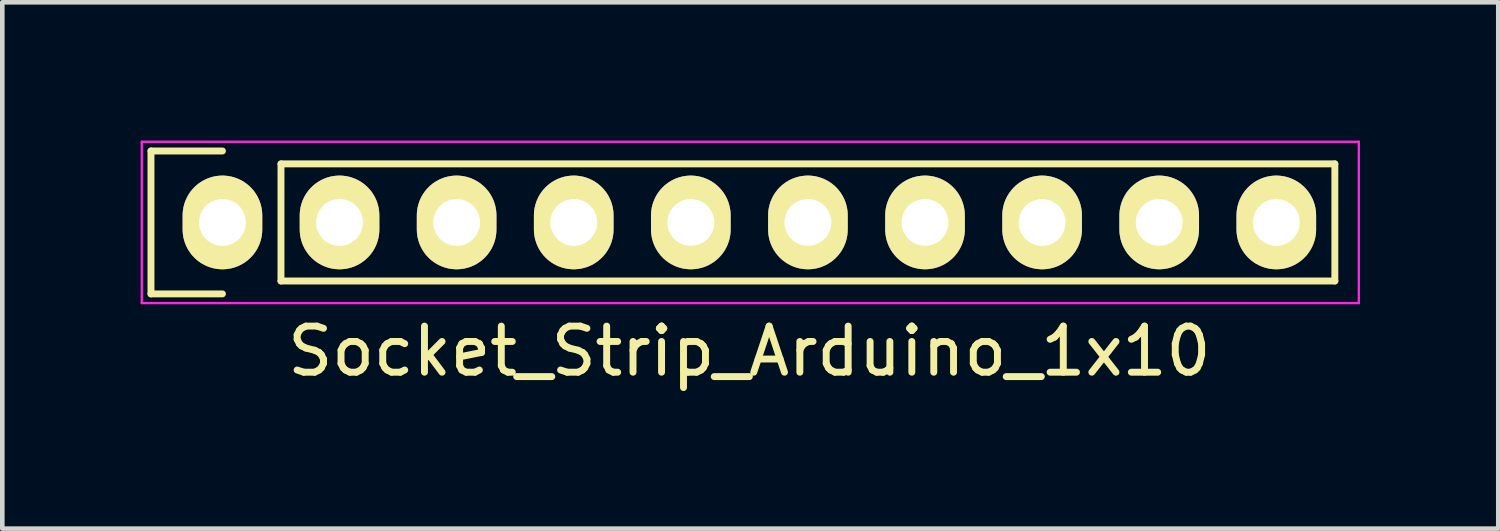
<source format=kicad_pcb>
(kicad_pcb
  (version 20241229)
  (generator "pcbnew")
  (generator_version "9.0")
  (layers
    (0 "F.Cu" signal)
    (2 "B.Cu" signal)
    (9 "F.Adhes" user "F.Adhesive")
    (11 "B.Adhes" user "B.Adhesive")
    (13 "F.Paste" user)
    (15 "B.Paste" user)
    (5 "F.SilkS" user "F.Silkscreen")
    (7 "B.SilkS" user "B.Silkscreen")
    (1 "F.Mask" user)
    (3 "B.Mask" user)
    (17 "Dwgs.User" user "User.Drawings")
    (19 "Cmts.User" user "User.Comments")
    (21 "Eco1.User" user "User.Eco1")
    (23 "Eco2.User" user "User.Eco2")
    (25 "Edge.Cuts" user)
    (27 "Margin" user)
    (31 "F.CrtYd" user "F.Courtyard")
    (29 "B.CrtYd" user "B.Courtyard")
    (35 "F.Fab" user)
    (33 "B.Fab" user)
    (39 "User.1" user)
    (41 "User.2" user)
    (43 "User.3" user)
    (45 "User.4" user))
  (footprint "Socket_Strip_Arduino_1x10"
    (layer "F.Cu")
    (at 1.775 1.775)
    (property "Reference" "Socket_Strip_Arduino_1x10" (at 11.43 2.794 0) (layer "F.SilkS") (effects (font (size 1 1) (thickness 0.15))))
    (attr through_hole)
    (fp_line (start -1.55 -1.55) (end -1.55 1.55) (stroke (width 0.15) (type solid)) (layer "F.SilkS"))
    (fp_line (start -1.55 1.55) (end 0 1.55) (stroke (width 0.15) (type solid)) (layer "F.SilkS"))
    (fp_line (start 0 -1.55) (end -1.55 -1.55) (stroke (width 0.15) (type solid)) (layer "F.SilkS"))
    (fp_line (start 1.27 1.27) (end 1.27 -1.27) (stroke (width 0.15) (type solid)) (layer "F.SilkS"))
    (fp_line (start 1.27 1.27) (end 24.13 1.27) (stroke (width 0.15) (type solid)) (layer "F.SilkS"))
    (fp_line (start 24.13 -1.27) (end 1.27 -1.27) (stroke (width 0.15) (type solid)) (layer "F.SilkS"))
    (fp_line (start 24.13 1.27) (end 24.13 -1.27) (stroke (width 0.15) (type solid)) (layer "F.SilkS"))
    (fp_line (start -1.75 -1.75) (end -1.75 1.75) (stroke (width 0.05) (type solid)) (layer "F.CrtYd"))
    (fp_line (start -1.75 -1.75) (end 24.65 -1.75) (stroke (width 0.05) (type solid)) (layer "F.CrtYd"))
    (fp_line (start -1.75 1.75) (end 24.65 1.75) (stroke (width 0.05) (type solid)) (layer "F.CrtYd"))
    (fp_line (start 24.65 -1.75) (end 24.65 1.75) (stroke (width 0.05) (type solid)) (layer "F.CrtYd"))
    (pad "1" thru_hole oval (at 0 0) (size 1.727 2.032) (drill 1.016) (layers "*.Cu" "*.Mask" "F.SilkS"))
    (pad "2" thru_hole oval (at 2.54 0) (size 1.727 2.032) (drill 1.016) (layers "*.Cu" "*.Mask" "F.SilkS"))
    (pad "3" thru_hole oval (at 5.08 0) (size 1.727 2.032) (drill 1.016) (layers "*.Cu" "*.Mask" "F.SilkS"))
    (pad "4" thru_hole oval (at 7.62 0) (size 1.727 2.032) (drill 1.016) (layers "*.Cu" "*.Mask" "F.SilkS"))
    (pad "5" thru_hole oval (at 10.16 0) (size 1.727 2.032) (drill 1.016) (layers "*.Cu" "*.Mask" "F.SilkS"))
    (pad "6" thru_hole oval (at 12.7 0) (size 1.727 2.032) (drill 1.016) (layers "*.Cu" "*.Mask" "F.SilkS"))
    (pad "7" thru_hole oval (at 15.24 0) (size 1.727 2.032) (drill 1.016) (layers "*.Cu" "*.Mask" "F.SilkS"))
    (pad "8" thru_hole oval (at 17.78 0) (size 1.727 2.032) (drill 1.016) (layers "*.Cu" "*.Mask" "F.SilkS"))
    (pad "9" thru_hole oval (at 20.32 0) (size 1.727 2.032) (drill 1.016) (layers "*.Cu" "*.Mask" "F.SilkS"))
    (pad "10" thru_hole oval (at 22.86 0) (size 1.727 2.032) (drill 1.016) (layers "*.Cu" "*.Mask" "F.SilkS")))
  (gr_rect
    (start -3 -3)
    (end 29.45 8.417)
    (stroke (width 0.1) (type default))
    (fill no)
    (layer "Edge.Cuts")))
</source>
